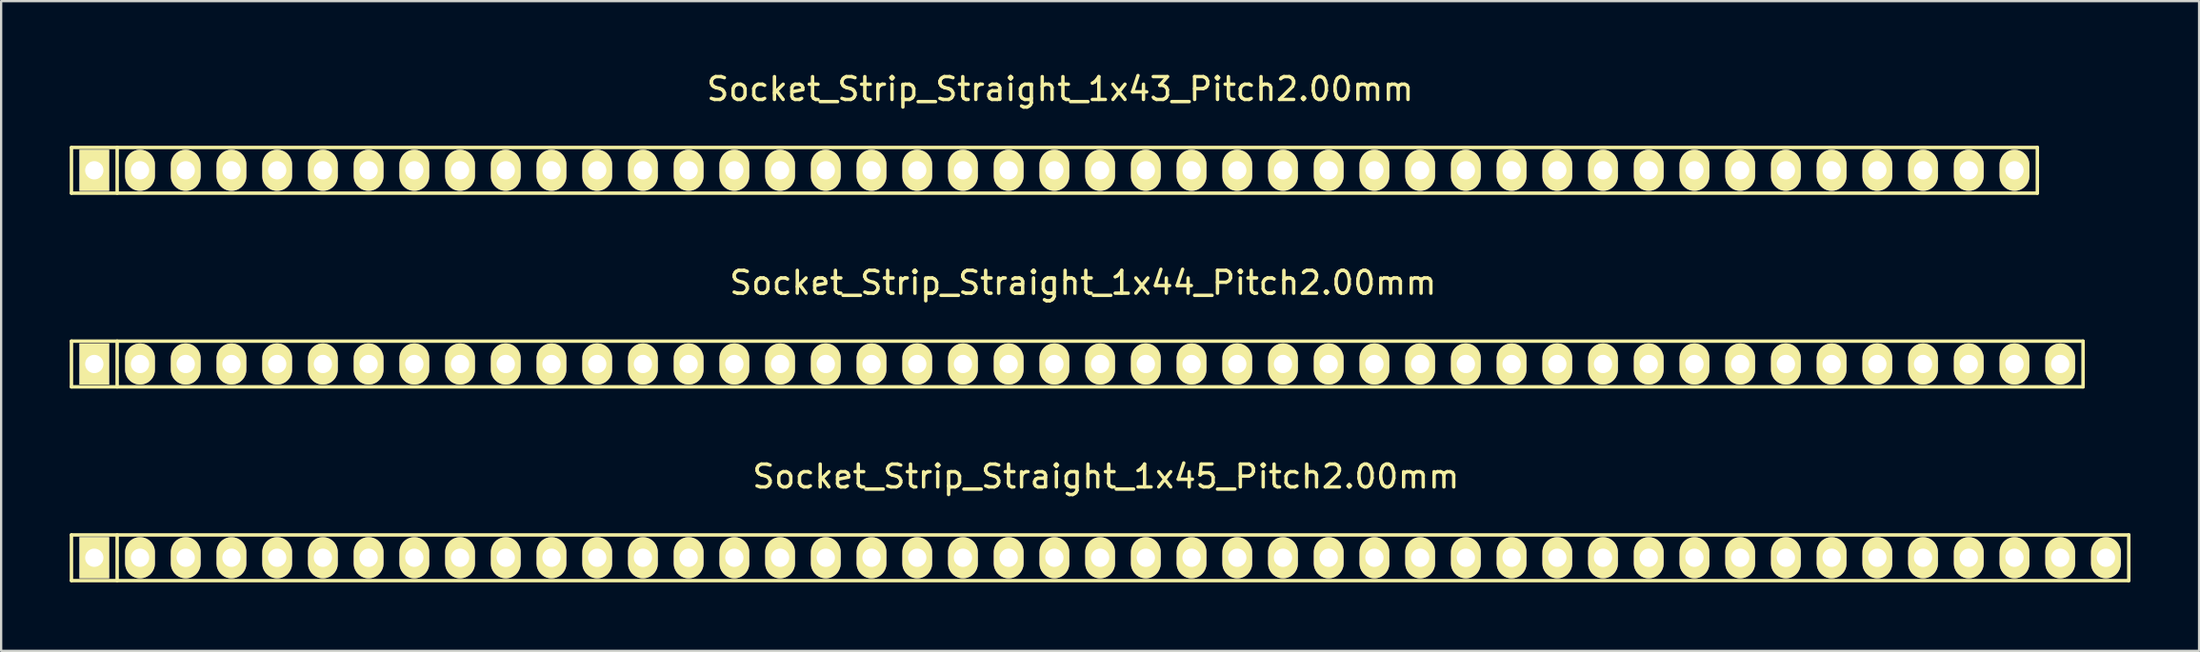
<source format=kicad_pcb>
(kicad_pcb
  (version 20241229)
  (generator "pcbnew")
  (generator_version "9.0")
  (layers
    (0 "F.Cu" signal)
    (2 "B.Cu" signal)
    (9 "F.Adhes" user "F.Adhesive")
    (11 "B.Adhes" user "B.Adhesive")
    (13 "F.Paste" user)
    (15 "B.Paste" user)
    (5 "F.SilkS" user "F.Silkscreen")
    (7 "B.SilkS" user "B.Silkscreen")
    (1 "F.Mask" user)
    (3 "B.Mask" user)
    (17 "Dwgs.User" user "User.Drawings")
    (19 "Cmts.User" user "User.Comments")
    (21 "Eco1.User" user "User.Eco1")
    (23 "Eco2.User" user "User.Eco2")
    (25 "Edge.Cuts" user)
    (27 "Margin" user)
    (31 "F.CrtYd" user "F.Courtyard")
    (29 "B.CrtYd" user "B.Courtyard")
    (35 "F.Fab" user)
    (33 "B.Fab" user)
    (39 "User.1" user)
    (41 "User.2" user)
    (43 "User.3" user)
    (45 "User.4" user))
  (footprint "Socket_Strip_Straight_1x43_Pitch2.00mm"
    (layer "F.Cu")
    (at 43.075 4.404)
    (property "Reference" "Socket_Strip_Straight_1x43_Pitch2.00mm" (at 0.254 -3.556 0) (layer "F.SilkS") (effects (font (size 1 1) (thickness 0.15))))
    (attr through_hole)
    (fp_line (start -43 -1) (end 43 -1) (stroke (width 0.15) (type solid)) (layer "F.SilkS"))
    (fp_line (start -43 1) (end -43 -1) (stroke (width 0.15) (type solid)) (layer "F.SilkS"))
    (fp_line (start -41 -1) (end -41 1) (stroke (width 0.15) (type solid)) (layer "F.SilkS"))
    (fp_line (start 43 -1) (end 43 1) (stroke (width 0.15) (type solid)) (layer "F.SilkS"))
    (fp_line (start 43 1) (end -43 1) (stroke (width 0.15) (type solid)) (layer "F.SilkS"))
    (pad "1" thru_hole rect (at -42 0) (size 1.3 1.8) (drill 0.8) (layers "*.Cu" "*.Mask" "F.SilkS"))
    (pad "2" thru_hole oval (at -40 0) (size 1.3 1.8) (drill 0.8) (layers "*.Cu" "*.Mask" "F.SilkS"))
    (pad "3" thru_hole oval (at -38 0) (size 1.3 1.8) (drill 0.8) (layers "*.Cu" "*.Mask" "F.SilkS"))
    (pad "4" thru_hole oval (at -36 0) (size 1.3 1.8) (drill 0.8) (layers "*.Cu" "*.Mask" "F.SilkS"))
    (pad "5" thru_hole oval (at -34 0) (size 1.3 1.8) (drill 0.8) (layers "*.Cu" "*.Mask" "F.SilkS"))
    (pad "6" thru_hole oval (at -32 0) (size 1.3 1.8) (drill 0.8) (layers "*.Cu" "*.Mask" "F.SilkS"))
    (pad "7" thru_hole oval (at -30 0) (size 1.3 1.8) (drill 0.8) (layers "*.Cu" "*.Mask" "F.SilkS"))
    (pad "8" thru_hole oval (at -28 0) (size 1.3 1.8) (drill 0.8) (layers "*.Cu" "*.Mask" "F.SilkS"))
    (pad "9" thru_hole oval (at -26 0) (size 1.3 1.8) (drill 0.8) (layers "*.Cu" "*.Mask" "F.SilkS"))
    (pad "10" thru_hole oval (at -24 0) (size 1.3 1.8) (drill 0.8) (layers "*.Cu" "*.Mask" "F.SilkS"))
    (pad "11" thru_hole oval (at -22 0) (size 1.3 1.8) (drill 0.8) (layers "*.Cu" "*.Mask" "F.SilkS"))
    (pad "12" thru_hole oval (at -20 0) (size 1.3 1.8) (drill 0.8) (layers "*.Cu" "*.Mask" "F.SilkS"))
    (pad "13" thru_hole oval (at -18 0) (size 1.3 1.8) (drill 0.8) (layers "*.Cu" "*.Mask" "F.SilkS"))
    (pad "14" thru_hole oval (at -16 0) (size 1.3 1.8) (drill 0.8) (layers "*.Cu" "*.Mask" "F.SilkS"))
    (pad "15" thru_hole oval (at -14 0) (size 1.3 1.8) (drill 0.8) (layers "*.Cu" "*.Mask" "F.SilkS"))
    (pad "16" thru_hole oval (at -12 0) (size 1.3 1.8) (drill 0.8) (layers "*.Cu" "*.Mask" "F.SilkS"))
    (pad "17" thru_hole oval (at -10 0) (size 1.3 1.8) (drill 0.8) (layers "*.Cu" "*.Mask" "F.SilkS"))
    (pad "18" thru_hole oval (at -8 0) (size 1.3 1.8) (drill 0.8) (layers "*.Cu" "*.Mask" "F.SilkS"))
    (pad "19" thru_hole oval (at -6 0) (size 1.3 1.8) (drill 0.8) (layers "*.Cu" "*.Mask" "F.SilkS"))
    (pad "20" thru_hole oval (at -4 0) (size 1.3 1.8) (drill 0.8) (layers "*.Cu" "*.Mask" "F.SilkS"))
    (pad "21" thru_hole oval (at -2 0) (size 1.3 1.8) (drill 0.8) (layers "*.Cu" "*.Mask" "F.SilkS"))
    (pad "22" thru_hole oval (at 0 0) (size 1.3 1.8) (drill 0.8) (layers "*.Cu" "*.Mask" "F.SilkS"))
    (pad "23" thru_hole oval (at 2 0) (size 1.3 1.8) (drill 0.8) (layers "*.Cu" "*.Mask" "F.SilkS"))
    (pad "24" thru_hole oval (at 4 0) (size 1.3 1.8) (drill 0.8) (layers "*.Cu" "*.Mask" "F.SilkS"))
    (pad "25" thru_hole oval (at 6 0) (size 1.3 1.8) (drill 0.8) (layers "*.Cu" "*.Mask" "F.SilkS"))
    (pad "26" thru_hole oval (at 8 0) (size 1.3 1.8) (drill 0.8) (layers "*.Cu" "*.Mask" "F.SilkS"))
    (pad "27" thru_hole oval (at 10 0) (size 1.3 1.8) (drill 0.8) (layers "*.Cu" "*.Mask" "F.SilkS"))
    (pad "28" thru_hole oval (at 12 0) (size 1.3 1.8) (drill 0.8) (layers "*.Cu" "*.Mask" "F.SilkS"))
    (pad "29" thru_hole oval (at 14 0) (size 1.3 1.8) (drill 0.8) (layers "*.Cu" "*.Mask" "F.SilkS"))
    (pad "30" thru_hole oval (at 16 0) (size 1.3 1.8) (drill 0.8) (layers "*.Cu" "*.Mask" "F.SilkS"))
    (pad "31" thru_hole oval (at 18 0) (size 1.3 1.8) (drill 0.8) (layers "*.Cu" "*.Mask" "F.SilkS"))
    (pad "32" thru_hole oval (at 20 0) (size 1.3 1.8) (drill 0.8) (layers "*.Cu" "*.Mask" "F.SilkS"))
    (pad "33" thru_hole oval (at 22 0) (size 1.3 1.8) (drill 0.8) (layers "*.Cu" "*.Mask" "F.SilkS"))
    (pad "34" thru_hole oval (at 24 0) (size 1.3 1.8) (drill 0.8) (layers "*.Cu" "*.Mask" "F.SilkS"))
    (pad "35" thru_hole oval (at 26 0) (size 1.3 1.8) (drill 0.8) (layers "*.Cu" "*.Mask" "F.SilkS"))
    (pad "36" thru_hole oval (at 28 0) (size 1.3 1.8) (drill 0.8) (layers "*.Cu" "*.Mask" "F.SilkS"))
    (pad "37" thru_hole oval (at 30 0) (size 1.3 1.8) (drill 0.8) (layers "*.Cu" "*.Mask" "F.SilkS"))
    (pad "38" thru_hole oval (at 32 0) (size 1.3 1.8) (drill 0.8) (layers "*.Cu" "*.Mask" "F.SilkS"))
    (pad "39" thru_hole oval (at 34 0) (size 1.3 1.8) (drill 0.8) (layers "*.Cu" "*.Mask" "F.SilkS"))
    (pad "40" thru_hole oval (at 36 0) (size 1.3 1.8) (drill 0.8) (layers "*.Cu" "*.Mask" "F.SilkS"))
    (pad "41" thru_hole oval (at 38 0) (size 1.3 1.8) (drill 0.8) (layers "*.Cu" "*.Mask" "F.SilkS"))
    (pad "42" thru_hole oval (at 40 0) (size 1.3 1.8) (drill 0.8) (layers "*.Cu" "*.Mask" "F.SilkS"))
    (pad "43" thru_hole oval (at 42 0) (size 1.3 1.8) (drill 0.8) (layers "*.Cu" "*.Mask" "F.SilkS")))
  (footprint "Socket_Strip_Straight_1x44_Pitch2.00mm"
    (layer "F.Cu")
    (at 44.075 12.883)
    (property "Reference" "Socket_Strip_Straight_1x44_Pitch2.00mm" (at 0.254 -3.556 0) (layer "F.SilkS") (effects (font (size 1 1) (thickness 0.15))))
    (attr through_hole)
    (fp_line (start -44 -1) (end 44 -1) (stroke (width 0.15) (type solid)) (layer "F.SilkS"))
    (fp_line (start -44 1) (end -44 -1) (stroke (width 0.15) (type solid)) (layer "F.SilkS"))
    (fp_line (start -42 -1) (end -42 1) (stroke (width 0.15) (type solid)) (layer "F.SilkS"))
    (fp_line (start 44 -1) (end 44 1) (stroke (width 0.15) (type solid)) (layer "F.SilkS"))
    (fp_line (start 44 1) (end -44 1) (stroke (width 0.15) (type solid)) (layer "F.SilkS"))
    (pad "1" thru_hole rect (at -43 0) (size 1.3 1.8) (drill 0.8) (layers "*.Cu" "*.Mask" "F.SilkS"))
    (pad "2" thru_hole oval (at -41 0) (size 1.3 1.8) (drill 0.8) (layers "*.Cu" "*.Mask" "F.SilkS"))
    (pad "3" thru_hole oval (at -39 0) (size 1.3 1.8) (drill 0.8) (layers "*.Cu" "*.Mask" "F.SilkS"))
    (pad "4" thru_hole oval (at -37 0) (size 1.3 1.8) (drill 0.8) (layers "*.Cu" "*.Mask" "F.SilkS"))
    (pad "5" thru_hole oval (at -35 0) (size 1.3 1.8) (drill 0.8) (layers "*.Cu" "*.Mask" "F.SilkS"))
    (pad "6" thru_hole oval (at -33 0) (size 1.3 1.8) (drill 0.8) (layers "*.Cu" "*.Mask" "F.SilkS"))
    (pad "7" thru_hole oval (at -31 0) (size 1.3 1.8) (drill 0.8) (layers "*.Cu" "*.Mask" "F.SilkS"))
    (pad "8" thru_hole oval (at -29 0) (size 1.3 1.8) (drill 0.8) (layers "*.Cu" "*.Mask" "F.SilkS"))
    (pad "9" thru_hole oval (at -27 0) (size 1.3 1.8) (drill 0.8) (layers "*.Cu" "*.Mask" "F.SilkS"))
    (pad "10" thru_hole oval (at -25 0) (size 1.3 1.8) (drill 0.8) (layers "*.Cu" "*.Mask" "F.SilkS"))
    (pad "11" thru_hole oval (at -23 0) (size 1.3 1.8) (drill 0.8) (layers "*.Cu" "*.Mask" "F.SilkS"))
    (pad "12" thru_hole oval (at -21 0) (size 1.3 1.8) (drill 0.8) (layers "*.Cu" "*.Mask" "F.SilkS"))
    (pad "13" thru_hole oval (at -19 0) (size 1.3 1.8) (drill 0.8) (layers "*.Cu" "*.Mask" "F.SilkS"))
    (pad "14" thru_hole oval (at -17 0) (size 1.3 1.8) (drill 0.8) (layers "*.Cu" "*.Mask" "F.SilkS"))
    (pad "15" thru_hole oval (at -15 0) (size 1.3 1.8) (drill 0.8) (layers "*.Cu" "*.Mask" "F.SilkS"))
    (pad "16" thru_hole oval (at -13 0) (size 1.3 1.8) (drill 0.8) (layers "*.Cu" "*.Mask" "F.SilkS"))
    (pad "17" thru_hole oval (at -11 0) (size 1.3 1.8) (drill 0.8) (layers "*.Cu" "*.Mask" "F.SilkS"))
    (pad "18" thru_hole oval (at -9 0) (size 1.3 1.8) (drill 0.8) (layers "*.Cu" "*.Mask" "F.SilkS"))
    (pad "19" thru_hole oval (at -7 0) (size 1.3 1.8) (drill 0.8) (layers "*.Cu" "*.Mask" "F.SilkS"))
    (pad "20" thru_hole oval (at -5 0) (size 1.3 1.8) (drill 0.8) (layers "*.Cu" "*.Mask" "F.SilkS"))
    (pad "21" thru_hole oval (at -3 0) (size 1.3 1.8) (drill 0.8) (layers "*.Cu" "*.Mask" "F.SilkS"))
    (pad "22" thru_hole oval (at -1 0) (size 1.3 1.8) (drill 0.8) (layers "*.Cu" "*.Mask" "F.SilkS"))
    (pad "23" thru_hole oval (at 1 0) (size 1.3 1.8) (drill 0.8) (layers "*.Cu" "*.Mask" "F.SilkS"))
    (pad "24" thru_hole oval (at 3 0) (size 1.3 1.8) (drill 0.8) (layers "*.Cu" "*.Mask" "F.SilkS"))
    (pad "25" thru_hole oval (at 5 0) (size 1.3 1.8) (drill 0.8) (layers "*.Cu" "*.Mask" "F.SilkS"))
    (pad "26" thru_hole oval (at 7 0) (size 1.3 1.8) (drill 0.8) (layers "*.Cu" "*.Mask" "F.SilkS"))
    (pad "27" thru_hole oval (at 9 0) (size 1.3 1.8) (drill 0.8) (layers "*.Cu" "*.Mask" "F.SilkS"))
    (pad "28" thru_hole oval (at 11 0) (size 1.3 1.8) (drill 0.8) (layers "*.Cu" "*.Mask" "F.SilkS"))
    (pad "29" thru_hole oval (at 13 0) (size 1.3 1.8) (drill 0.8) (layers "*.Cu" "*.Mask" "F.SilkS"))
    (pad "30" thru_hole oval (at 15 0) (size 1.3 1.8) (drill 0.8) (layers "*.Cu" "*.Mask" "F.SilkS"))
    (pad "31" thru_hole oval (at 17 0) (size 1.3 1.8) (drill 0.8) (layers "*.Cu" "*.Mask" "F.SilkS"))
    (pad "32" thru_hole oval (at 19 0) (size 1.3 1.8) (drill 0.8) (layers "*.Cu" "*.Mask" "F.SilkS"))
    (pad "33" thru_hole oval (at 21 0) (size 1.3 1.8) (drill 0.8) (layers "*.Cu" "*.Mask" "F.SilkS"))
    (pad "34" thru_hole oval (at 23 0) (size 1.3 1.8) (drill 0.8) (layers "*.Cu" "*.Mask" "F.SilkS"))
    (pad "35" thru_hole oval (at 25 0) (size 1.3 1.8) (drill 0.8) (layers "*.Cu" "*.Mask" "F.SilkS"))
    (pad "36" thru_hole oval (at 27 0) (size 1.3 1.8) (drill 0.8) (layers "*.Cu" "*.Mask" "F.SilkS"))
    (pad "37" thru_hole oval (at 29 0) (size 1.3 1.8) (drill 0.8) (layers "*.Cu" "*.Mask" "F.SilkS"))
    (pad "38" thru_hole oval (at 31 0) (size 1.3 1.8) (drill 0.8) (layers "*.Cu" "*.Mask" "F.SilkS"))
    (pad "39" thru_hole oval (at 33 0) (size 1.3 1.8) (drill 0.8) (layers "*.Cu" "*.Mask" "F.SilkS"))
    (pad "40" thru_hole oval (at 35 0) (size 1.3 1.8) (drill 0.8) (layers "*.Cu" "*.Mask" "F.SilkS"))
    (pad "41" thru_hole oval (at 37 0) (size 1.3 1.8) (drill 0.8) (layers "*.Cu" "*.Mask" "F.SilkS"))
    (pad "42" thru_hole oval (at 39 0) (size 1.3 1.8) (drill 0.8) (layers "*.Cu" "*.Mask" "F.SilkS"))
    (pad "43" thru_hole oval (at 41 0) (size 1.3 1.8) (drill 0.8) (layers "*.Cu" "*.Mask" "F.SilkS"))
    (pad "44" thru_hole oval (at 43 0) (size 1.3 1.8) (drill 0.8) (layers "*.Cu" "*.Mask" "F.SilkS")))
  (footprint "Socket_Strip_Straight_1x45_Pitch2.00mm"
    (layer "F.Cu")
    (at 45.075 21.363)
    (property "Reference" "Socket_Strip_Straight_1x45_Pitch2.00mm" (at 0.254 -3.556 0) (layer "F.SilkS") (effects (font (size 1 1) (thickness 0.15))))
    (attr through_hole)
    (fp_line (start -45 -1) (end 45 -1) (stroke (width 0.15) (type solid)) (layer "F.SilkS"))
    (fp_line (start -45 1) (end -45 -1) (stroke (width 0.15) (type solid)) (layer "F.SilkS"))
    (fp_line (start -43 -1) (end -43 1) (stroke (width 0.15) (type solid)) (layer "F.SilkS"))
    (fp_line (start 45 -1) (end 45 1) (stroke (width 0.15) (type solid)) (layer "F.SilkS"))
    (fp_line (start 45 1) (end -45 1) (stroke (width 0.15) (type solid)) (layer "F.SilkS"))
    (pad "1" thru_hole rect (at -44 0) (size 1.3 1.8) (drill 0.8) (layers "*.Cu" "*.Mask" "F.SilkS"))
    (pad "2" thru_hole oval (at -42 0) (size 1.3 1.8) (drill 0.8) (layers "*.Cu" "*.Mask" "F.SilkS"))
    (pad "3" thru_hole oval (at -40 0) (size 1.3 1.8) (drill 0.8) (layers "*.Cu" "*.Mask" "F.SilkS"))
    (pad "4" thru_hole oval (at -38 0) (size 1.3 1.8) (drill 0.8) (layers "*.Cu" "*.Mask" "F.SilkS"))
    (pad "5" thru_hole oval (at -36 0) (size 1.3 1.8) (drill 0.8) (layers "*.Cu" "*.Mask" "F.SilkS"))
    (pad "6" thru_hole oval (at -34 0) (size 1.3 1.8) (drill 0.8) (layers "*.Cu" "*.Mask" "F.SilkS"))
    (pad "7" thru_hole oval (at -32 0) (size 1.3 1.8) (drill 0.8) (layers "*.Cu" "*.Mask" "F.SilkS"))
    (pad "8" thru_hole oval (at -30 0) (size 1.3 1.8) (drill 0.8) (layers "*.Cu" "*.Mask" "F.SilkS"))
    (pad "9" thru_hole oval (at -28 0) (size 1.3 1.8) (drill 0.8) (layers "*.Cu" "*.Mask" "F.SilkS"))
    (pad "10" thru_hole oval (at -26 0) (size 1.3 1.8) (drill 0.8) (layers "*.Cu" "*.Mask" "F.SilkS"))
    (pad "11" thru_hole oval (at -24 0) (size 1.3 1.8) (drill 0.8) (layers "*.Cu" "*.Mask" "F.SilkS"))
    (pad "12" thru_hole oval (at -22 0) (size 1.3 1.8) (drill 0.8) (layers "*.Cu" "*.Mask" "F.SilkS"))
    (pad "13" thru_hole oval (at -20 0) (size 1.3 1.8) (drill 0.8) (layers "*.Cu" "*.Mask" "F.SilkS"))
    (pad "14" thru_hole oval (at -18 0) (size 1.3 1.8) (drill 0.8) (layers "*.Cu" "*.Mask" "F.SilkS"))
    (pad "15" thru_hole oval (at -16 0) (size 1.3 1.8) (drill 0.8) (layers "*.Cu" "*.Mask" "F.SilkS"))
    (pad "16" thru_hole oval (at -14 0) (size 1.3 1.8) (drill 0.8) (layers "*.Cu" "*.Mask" "F.SilkS"))
    (pad "17" thru_hole oval (at -12 0) (size 1.3 1.8) (drill 0.8) (layers "*.Cu" "*.Mask" "F.SilkS"))
    (pad "18" thru_hole oval (at -10 0) (size 1.3 1.8) (drill 0.8) (layers "*.Cu" "*.Mask" "F.SilkS"))
    (pad "19" thru_hole oval (at -8 0) (size 1.3 1.8) (drill 0.8) (layers "*.Cu" "*.Mask" "F.SilkS"))
    (pad "20" thru_hole oval (at -6 0) (size 1.3 1.8) (drill 0.8) (layers "*.Cu" "*.Mask" "F.SilkS"))
    (pad "21" thru_hole oval (at -4 0) (size 1.3 1.8) (drill 0.8) (layers "*.Cu" "*.Mask" "F.SilkS"))
    (pad "22" thru_hole oval (at -2 0) (size 1.3 1.8) (drill 0.8) (layers "*.Cu" "*.Mask" "F.SilkS"))
    (pad "23" thru_hole oval (at 0 0) (size 1.3 1.8) (drill 0.8) (layers "*.Cu" "*.Mask" "F.SilkS"))
    (pad "24" thru_hole oval (at 2 0) (size 1.3 1.8) (drill 0.8) (layers "*.Cu" "*.Mask" "F.SilkS"))
    (pad "25" thru_hole oval (at 4 0) (size 1.3 1.8) (drill 0.8) (layers "*.Cu" "*.Mask" "F.SilkS"))
    (pad "26" thru_hole oval (at 6 0) (size 1.3 1.8) (drill 0.8) (layers "*.Cu" "*.Mask" "F.SilkS"))
    (pad "27" thru_hole oval (at 8 0) (size 1.3 1.8) (drill 0.8) (layers "*.Cu" "*.Mask" "F.SilkS"))
    (pad "28" thru_hole oval (at 10 0) (size 1.3 1.8) (drill 0.8) (layers "*.Cu" "*.Mask" "F.SilkS"))
    (pad "29" thru_hole oval (at 12 0) (size 1.3 1.8) (drill 0.8) (layers "*.Cu" "*.Mask" "F.SilkS"))
    (pad "30" thru_hole oval (at 14 0) (size 1.3 1.8) (drill 0.8) (layers "*.Cu" "*.Mask" "F.SilkS"))
    (pad "31" thru_hole oval (at 16 0) (size 1.3 1.8) (drill 0.8) (layers "*.Cu" "*.Mask" "F.SilkS"))
    (pad "32" thru_hole oval (at 18 0) (size 1.3 1.8) (drill 0.8) (layers "*.Cu" "*.Mask" "F.SilkS"))
    (pad "33" thru_hole oval (at 20 0) (size 1.3 1.8) (drill 0.8) (layers "*.Cu" "*.Mask" "F.SilkS"))
    (pad "34" thru_hole oval (at 22 0) (size 1.3 1.8) (drill 0.8) (layers "*.Cu" "*.Mask" "F.SilkS"))
    (pad "35" thru_hole oval (at 24 0) (size 1.3 1.8) (drill 0.8) (layers "*.Cu" "*.Mask" "F.SilkS"))
    (pad "36" thru_hole oval (at 26 0) (size 1.3 1.8) (drill 0.8) (layers "*.Cu" "*.Mask" "F.SilkS"))
    (pad "37" thru_hole oval (at 28 0) (size 1.3 1.8) (drill 0.8) (layers "*.Cu" "*.Mask" "F.SilkS"))
    (pad "38" thru_hole oval (at 30 0) (size 1.3 1.8) (drill 0.8) (layers "*.Cu" "*.Mask" "F.SilkS"))
    (pad "39" thru_hole oval (at 32 0) (size 1.3 1.8) (drill 0.8) (layers "*.Cu" "*.Mask" "F.SilkS"))
    (pad "40" thru_hole oval (at 34 0) (size 1.3 1.8) (drill 0.8) (layers "*.Cu" "*.Mask" "F.SilkS"))
    (pad "41" thru_hole oval (at 36 0) (size 1.3 1.8) (drill 0.8) (layers "*.Cu" "*.Mask" "F.SilkS"))
    (pad "42" thru_hole oval (at 38 0) (size 1.3 1.8) (drill 0.8) (layers "*.Cu" "*.Mask" "F.SilkS"))
    (pad "43" thru_hole oval (at 40 0) (size 1.3 1.8) (drill 0.8) (layers "*.Cu" "*.Mask" "F.SilkS"))
    (pad "44" thru_hole oval (at 42 0) (size 1.3 1.8) (drill 0.8) (layers "*.Cu" "*.Mask" "F.SilkS"))
    (pad "45" thru_hole oval (at 44 0) (size 1.3 1.8) (drill 0.8) (layers "*.Cu" "*.Mask" "F.SilkS")))
  (gr_rect
    (start -3 -3)
    (end 93.15 25.438)
    (stroke (width 0.1) (type default))
    (fill no)
    (layer "Edge.Cuts")))
</source>
